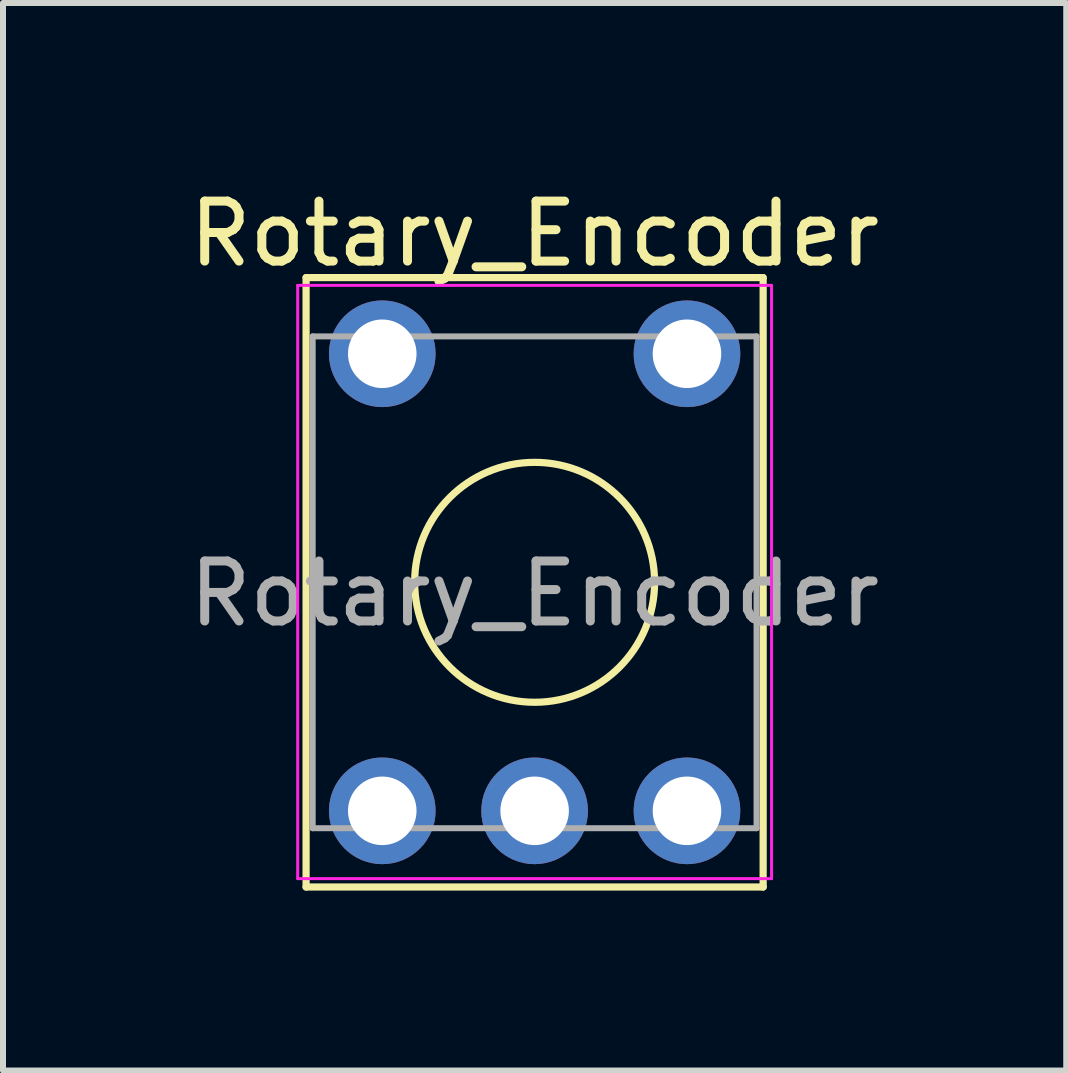
<source format=kicad_pcb>
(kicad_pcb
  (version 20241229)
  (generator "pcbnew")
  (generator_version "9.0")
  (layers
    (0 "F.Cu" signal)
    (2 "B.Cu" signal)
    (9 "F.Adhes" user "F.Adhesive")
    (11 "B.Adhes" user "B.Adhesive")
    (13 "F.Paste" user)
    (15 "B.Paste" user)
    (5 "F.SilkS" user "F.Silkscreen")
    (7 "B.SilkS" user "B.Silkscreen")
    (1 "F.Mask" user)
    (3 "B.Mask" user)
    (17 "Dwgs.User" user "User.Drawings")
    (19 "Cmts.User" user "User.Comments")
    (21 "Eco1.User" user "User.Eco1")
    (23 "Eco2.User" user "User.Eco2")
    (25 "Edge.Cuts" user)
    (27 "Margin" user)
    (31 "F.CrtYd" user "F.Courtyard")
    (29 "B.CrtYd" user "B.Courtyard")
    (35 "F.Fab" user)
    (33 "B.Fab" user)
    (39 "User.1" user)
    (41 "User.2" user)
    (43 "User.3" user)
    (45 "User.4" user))
  (footprint "Rotary_Encoder"
    (layer "F.Cu")
    (at 3.323 2.848)
    (property "Reference" "Rotary_Encoder" (at 2.54 -2 0) (layer "F.SilkS") (effects (font (size 1 1) (thickness 0.15))))
    (attr through_hole)
    (fp_line (start -1.27 -1.27) (end -1.27 8.89) (stroke (width 0.12) (type solid)) (layer "F.SilkS"))
    (fp_line (start -1.27 -1.27) (end 6.35 -1.27) (stroke (width 0.12) (type solid)) (layer "F.SilkS"))
    (fp_line (start -1.27 8.89) (end 6.35 8.89) (stroke (width 0.12) (type solid)) (layer "F.SilkS"))
    (fp_line (start 6.35 8.89) (end 6.35 -1.27) (stroke (width 0.12) (type solid)) (layer "F.SilkS"))
    (fp_circle (center 2.54 3.81) (end 0.54 3.81) (stroke (width 0.12) (type solid)) (fill no) (layer "F.SilkS"))
    (fp_line (start -1.41 -1.14) (end -1.41 8.75) (stroke (width 0.05) (type solid)) (layer "F.CrtYd"))
    (fp_line (start -1.41 -1.14) (end 6.49 -1.14) (stroke (width 0.05) (type solid)) (layer "F.CrtYd"))
    (fp_line (start 6.49 8.75) (end -1.41 8.75) (stroke (width 0.05) (type solid)) (layer "F.CrtYd"))
    (fp_line (start 6.49 8.75) (end 6.49 -1.14) (stroke (width 0.05) (type solid)) (layer "F.CrtYd"))
    (fp_line (start -1.16 7.91) (end -1.16 -0.29) (stroke (width 0.1) (type solid)) (layer "F.Fab"))
    (fp_line (start -1.16 7.91) (end 6.24 7.91) (stroke (width 0.1) (type solid)) (layer "F.Fab"))
    (fp_line (start 6.24 -0.29) (end -1.16 -0.29) (stroke (width 0.1) (type solid)) (layer "F.Fab"))
    (fp_line (start 6.24 7.91) (end 6.24 -0.29) (stroke (width 0.1) (type solid)) (layer "F.Fab"))
    (fp_text user "${REFERENCE}" (at 2.54 4 0) (layer "F.Fab") (effects (font (size 1 1) (thickness 0.15))))
    (pad "1" thru_hole circle (at 0 7.62) (size 1.778 1.778) (drill 1.143) (layers "*.Cu" "*.Mask"))
    (pad "2" thru_hole circle (at 2.54 7.62) (size 1.778 1.778) (drill 1.143) (layers "*.Cu" "*.Mask"))
    (pad "3" thru_hole circle (at 5.08 7.62) (size 1.778 1.778) (drill 1.143) (layers "*.Cu" "*.Mask"))
    (pad "4" thru_hole circle (at 0 0) (size 1.778 1.778) (drill 1.143) (layers "*.Cu" "*.Mask"))
    (pad "5" thru_hole circle (at 5.08 0) (size 1.778 1.778) (drill 1.143) (layers "*.Cu" "*.Mask")))
  (gr_rect
    (start -3 -3)
    (end 14.726 14.798)
    (stroke (width 0.1) (type default))
    (fill no)
    (layer "Edge.Cuts")))
</source>
